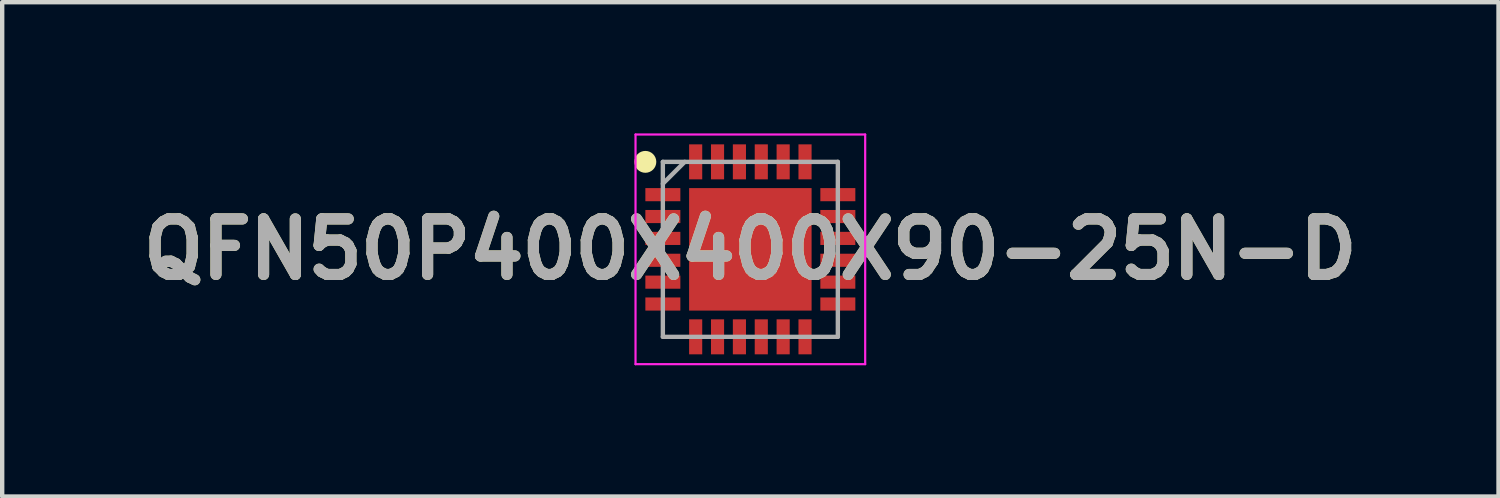
<source format=kicad_pcb>
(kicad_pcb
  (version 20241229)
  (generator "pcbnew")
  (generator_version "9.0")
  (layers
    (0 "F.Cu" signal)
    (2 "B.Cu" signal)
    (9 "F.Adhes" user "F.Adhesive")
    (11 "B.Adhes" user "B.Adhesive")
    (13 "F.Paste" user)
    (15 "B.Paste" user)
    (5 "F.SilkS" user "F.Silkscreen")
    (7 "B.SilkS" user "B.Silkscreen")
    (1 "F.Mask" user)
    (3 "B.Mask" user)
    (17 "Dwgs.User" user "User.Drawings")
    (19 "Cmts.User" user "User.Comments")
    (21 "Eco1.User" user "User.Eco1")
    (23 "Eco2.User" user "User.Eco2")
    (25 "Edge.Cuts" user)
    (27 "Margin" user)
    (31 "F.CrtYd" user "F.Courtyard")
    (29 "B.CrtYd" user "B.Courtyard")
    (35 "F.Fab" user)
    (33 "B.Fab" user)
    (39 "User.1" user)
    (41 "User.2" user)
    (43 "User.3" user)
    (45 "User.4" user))
  (footprint "QFN50P400X400X90-25N-D"
    (layer "F.Cu")
    (at 14.103 2.65)
    (property "Reference" "QFN50P400X400X90-25N-D" (at 0 0 0) (layer "F.SilkS") (effects (font (size 1.27 1.27) (thickness 0.254))))
    (attr smd)
    (fp_circle (center -2.4 -2) (end -2.4 -1.875) (stroke (width 0.25) (type solid)) (fill no) (layer "F.SilkS"))
    (fp_line (start -2.625 -2.625) (end 2.625 -2.625) (stroke (width 0.05) (type solid)) (layer "F.CrtYd"))
    (fp_line (start -2.625 2.625) (end -2.625 -2.625) (stroke (width 0.05) (type solid)) (layer "F.CrtYd"))
    (fp_line (start 2.625 -2.625) (end 2.625 2.625) (stroke (width 0.05) (type solid)) (layer "F.CrtYd"))
    (fp_line (start 2.625 2.625) (end -2.625 2.625) (stroke (width 0.05) (type solid)) (layer "F.CrtYd"))
    (fp_line (start -2 -2) (end 2 -2) (stroke (width 0.1) (type solid)) (layer "F.Fab"))
    (fp_line (start -2 -1.5) (end -1.5 -2) (stroke (width 0.1) (type solid)) (layer "F.Fab"))
    (fp_line (start -2 2) (end -2 -2) (stroke (width 0.1) (type solid)) (layer "F.Fab"))
    (fp_line (start 2 -2) (end 2 2) (stroke (width 0.1) (type solid)) (layer "F.Fab"))
    (fp_line (start 2 2) (end -2 2) (stroke (width 0.1) (type solid)) (layer "F.Fab"))
    (fp_text user "${REFERENCE}" (at 0 0 0) (layer "F.Fab") (effects (font (size 1.27 1.27) (thickness 0.254))))
    (pad "1" smd rect (at -2 -1.25 90) (size 0.3 0.8) (layers "F.Cu" "F.Mask" "F.Paste"))
    (pad "2" smd rect (at -2 -0.75 90) (size 0.3 0.8) (layers "F.Cu" "F.Mask" "F.Paste"))
    (pad "3" smd rect (at -2 -0.25 90) (size 0.3 0.8) (layers "F.Cu" "F.Mask" "F.Paste"))
    (pad "4" smd rect (at -2 0.25 90) (size 0.3 0.8) (layers "F.Cu" "F.Mask" "F.Paste"))
    (pad "5" smd rect (at -2 0.75 90) (size 0.3 0.8) (layers "F.Cu" "F.Mask" "F.Paste"))
    (pad "6" smd rect (at -2 1.25 90) (size 0.3 0.8) (layers "F.Cu" "F.Mask" "F.Paste"))
    (pad "7" smd rect (at -1.25 2) (size 0.3 0.8) (layers "F.Cu" "F.Mask" "F.Paste"))
    (pad "8" smd rect (at -0.75 2) (size 0.3 0.8) (layers "F.Cu" "F.Mask" "F.Paste"))
    (pad "9" smd rect (at -0.25 2) (size 0.3 0.8) (layers "F.Cu" "F.Mask" "F.Paste"))
    (pad "10" smd rect (at 0.25 2) (size 0.3 0.8) (layers "F.Cu" "F.Mask" "F.Paste"))
    (pad "11" smd rect (at 0.75 2) (size 0.3 0.8) (layers "F.Cu" "F.Mask" "F.Paste"))
    (pad "12" smd rect (at 1.25 2) (size 0.3 0.8) (layers "F.Cu" "F.Mask" "F.Paste"))
    (pad "13" smd rect (at 2 1.25 90) (size 0.3 0.8) (layers "F.Cu" "F.Mask" "F.Paste"))
    (pad "14" smd rect (at 2 0.75 90) (size 0.3 0.8) (layers "F.Cu" "F.Mask" "F.Paste"))
    (pad "15" smd rect (at 2 0.25 90) (size 0.3 0.8) (layers "F.Cu" "F.Mask" "F.Paste"))
    (pad "16" smd rect (at 2 -0.25 90) (size 0.3 0.8) (layers "F.Cu" "F.Mask" "F.Paste"))
    (pad "17" smd rect (at 2 -0.75 90) (size 0.3 0.8) (layers "F.Cu" "F.Mask" "F.Paste"))
    (pad "18" smd rect (at 2 -1.25 90) (size 0.3 0.8) (layers "F.Cu" "F.Mask" "F.Paste"))
    (pad "19" smd rect (at 1.25 -2) (size 0.3 0.8) (layers "F.Cu" "F.Mask" "F.Paste"))
    (pad "20" smd rect (at 0.75 -2) (size 0.3 0.8) (layers "F.Cu" "F.Mask" "F.Paste"))
    (pad "21" smd rect (at 0.25 -2) (size 0.3 0.8) (layers "F.Cu" "F.Mask" "F.Paste"))
    (pad "22" smd rect (at -0.25 -2) (size 0.3 0.8) (layers "F.Cu" "F.Mask" "F.Paste"))
    (pad "23" smd rect (at -0.75 -2) (size 0.3 0.8) (layers "F.Cu" "F.Mask" "F.Paste"))
    (pad "24" smd rect (at -1.25 -2) (size 0.3 0.8) (layers "F.Cu" "F.Mask" "F.Paste"))
    (pad "25" smd rect (at 0 0) (size 2.8 2.8) (layers "F.Cu" "F.Mask" "F.Paste")))
  (gr_rect
    (start -3 -3)
    (end 31.206 8.3)
    (stroke (width 0.1) (type default))
    (fill no)
    (layer "Edge.Cuts")))
</source>
